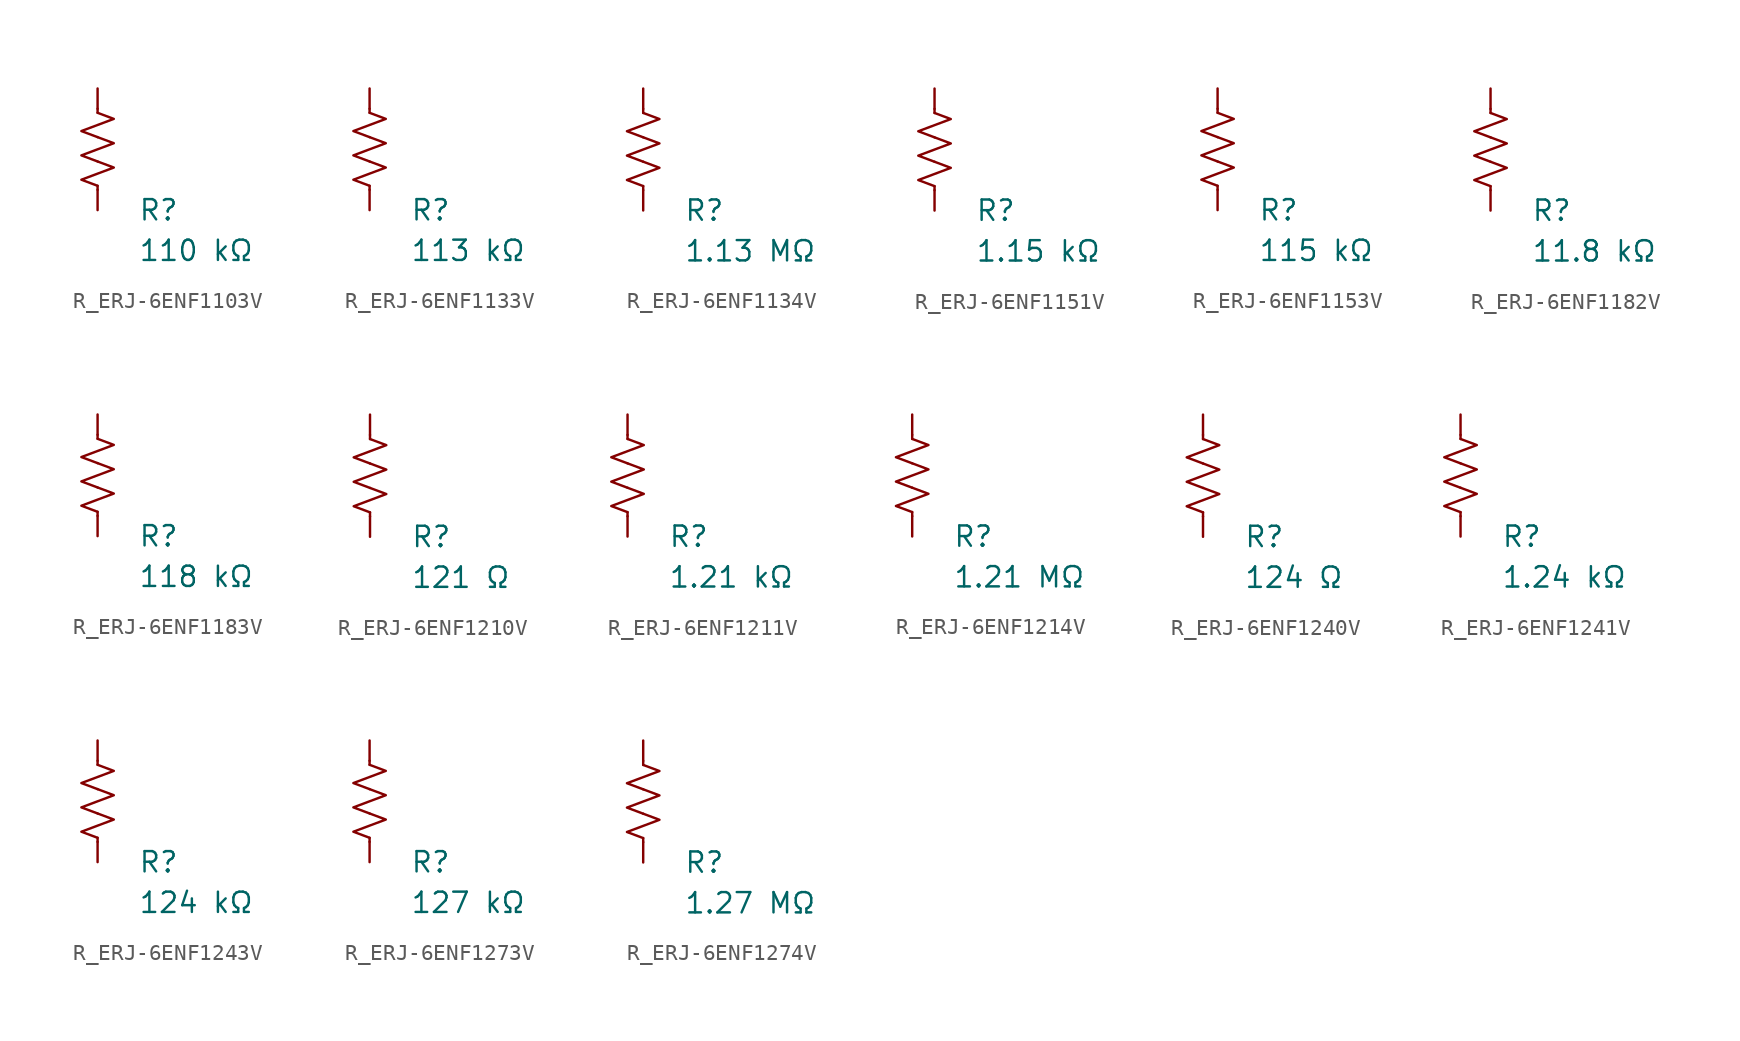
<source format=kicad_sym>
(kicad_symbol_lib
  (version 20231120)
  (generator "kicad_symbol_editor")
  (generator_version "8.0")
  (symbol "R_ERJ-6ENF1103V"
    (pin_numbers hide)
    (pin_names
      (offset 0))
    (property "Reference" "R"
      (at 2.54 -3.81 0)
      (effects (font (size 1.27 1.27)) (justify left))
      (show_name no))
    (property "Value" "110 kΩ"
      (at 2.54 -6.35 0)
      (effects (font (size 1.27 1.27)) (justify left))
      (show_name no))
    (symbol "R_ERJ-6ENF1103V_0_1"
      (polyline (pts (xy 0 -2.286) (xy 0 -2.54)) (stroke (width 0) (type default)) (fill (type none)))
      (polyline (pts (xy 0 2.286) (xy 0 2.54)) (stroke (width 0) (type default)) (fill (type none)))
      (polyline (pts (xy 0 -0.762) (xy 1.016 -1.143) (xy 0 -1.524) (xy -1.016 -1.905) (xy 0 -2.286)) (stroke (width 0) (type default)) (fill (type none)))
      (polyline (pts (xy 0 0.762) (xy 1.016 0.381) (xy 0 0) (xy -1.016 -0.381) (xy 0 -0.762)) (stroke (width 0) (type default)) (fill (type none)))
      (polyline (pts (xy 0 2.286) (xy 1.016 1.905) (xy 0 1.524) (xy -1.016 1.143) (xy 0 0.762)) (stroke (width 0) (type default)) (fill (type none))))
    (symbol "R_ERJ-6ENF1103V_1_1"
      (pin passive line (at 0 3.81 270) (length 1.27) (name "~" (effects (font (size 1.27 1.27)))) (number "1" (effects (font (size 1.27 1.27)))))
      (pin passive line (at 0 -3.81 90) (length 1.27) (name "~" (effects (font (size 1.27 1.27)))) (number "2" (effects (font (size 1.27 1.27)))))))
  (symbol "R_ERJ-6ENF1133V"
    (pin_numbers hide)
    (pin_names
      (offset 0))
    (property "Reference" "R"
      (at 2.54 -3.81 0)
      (effects (font (size 1.27 1.27)) (justify left))
      (show_name no))
    (property "Value" "113 kΩ"
      (at 2.54 -6.35 0)
      (effects (font (size 1.27 1.27)) (justify left))
      (show_name no))
    (symbol "R_ERJ-6ENF1133V_0_1"
      (polyline (pts (xy 0 -2.286) (xy 0 -2.54)) (stroke (width 0) (type default)) (fill (type none)))
      (polyline (pts (xy 0 2.286) (xy 0 2.54)) (stroke (width 0) (type default)) (fill (type none)))
      (polyline (pts (xy 0 -0.762) (xy 1.016 -1.143) (xy 0 -1.524) (xy -1.016 -1.905) (xy 0 -2.286)) (stroke (width 0) (type default)) (fill (type none)))
      (polyline (pts (xy 0 0.762) (xy 1.016 0.381) (xy 0 0) (xy -1.016 -0.381) (xy 0 -0.762)) (stroke (width 0) (type default)) (fill (type none)))
      (polyline (pts (xy 0 2.286) (xy 1.016 1.905) (xy 0 1.524) (xy -1.016 1.143) (xy 0 0.762)) (stroke (width 0) (type default)) (fill (type none))))
    (symbol "R_ERJ-6ENF1133V_1_1"
      (pin passive line (at 0 3.81 270) (length 1.27) (name "~" (effects (font (size 1.27 1.27)))) (number "1" (effects (font (size 1.27 1.27)))))
      (pin passive line (at 0 -3.81 90) (length 1.27) (name "~" (effects (font (size 1.27 1.27)))) (number "2" (effects (font (size 1.27 1.27)))))))
  (symbol "R_ERJ-6ENF1134V"
    (pin_numbers hide)
    (pin_names
      (offset 0))
    (property "Reference" "R"
      (at 2.54 -3.81 0)
      (effects (font (size 1.27 1.27)) (justify left))
      (show_name no))
    (property "Value" "1.13 MΩ"
      (at 2.54 -6.35 0)
      (effects (font (size 1.27 1.27)) (justify left))
      (show_name no))
    (symbol "R_ERJ-6ENF1134V_0_1"
      (polyline (pts (xy 0 -2.286) (xy 0 -2.54)) (stroke (width 0) (type default)) (fill (type none)))
      (polyline (pts (xy 0 2.286) (xy 0 2.54)) (stroke (width 0) (type default)) (fill (type none)))
      (polyline (pts (xy 0 -0.762) (xy 1.016 -1.143) (xy 0 -1.524) (xy -1.016 -1.905) (xy 0 -2.286)) (stroke (width 0) (type default)) (fill (type none)))
      (polyline (pts (xy 0 0.762) (xy 1.016 0.381) (xy 0 0) (xy -1.016 -0.381) (xy 0 -0.762)) (stroke (width 0) (type default)) (fill (type none)))
      (polyline (pts (xy 0 2.286) (xy 1.016 1.905) (xy 0 1.524) (xy -1.016 1.143) (xy 0 0.762)) (stroke (width 0) (type default)) (fill (type none))))
    (symbol "R_ERJ-6ENF1134V_1_1"
      (pin passive line (at 0 3.81 270) (length 1.27) (name "~" (effects (font (size 1.27 1.27)))) (number "1" (effects (font (size 1.27 1.27)))))
      (pin passive line (at 0 -3.81 90) (length 1.27) (name "~" (effects (font (size 1.27 1.27)))) (number "2" (effects (font (size 1.27 1.27)))))))
  (symbol "R_ERJ-6ENF1151V"
    (pin_numbers hide)
    (pin_names
      (offset 0))
    (property "Reference" "R"
      (at 2.54 -3.81 0)
      (effects (font (size 1.27 1.27)) (justify left))
      (show_name no))
    (property "Value" "1.15 kΩ"
      (at 2.54 -6.35 0)
      (effects (font (size 1.27 1.27)) (justify left))
      (show_name no))
    (symbol "R_ERJ-6ENF1151V_0_1"
      (polyline (pts (xy 0 -2.286) (xy 0 -2.54)) (stroke (width 0) (type default)) (fill (type none)))
      (polyline (pts (xy 0 2.286) (xy 0 2.54)) (stroke (width 0) (type default)) (fill (type none)))
      (polyline (pts (xy 0 -0.762) (xy 1.016 -1.143) (xy 0 -1.524) (xy -1.016 -1.905) (xy 0 -2.286)) (stroke (width 0) (type default)) (fill (type none)))
      (polyline (pts (xy 0 0.762) (xy 1.016 0.381) (xy 0 0) (xy -1.016 -0.381) (xy 0 -0.762)) (stroke (width 0) (type default)) (fill (type none)))
      (polyline (pts (xy 0 2.286) (xy 1.016 1.905) (xy 0 1.524) (xy -1.016 1.143) (xy 0 0.762)) (stroke (width 0) (type default)) (fill (type none))))
    (symbol "R_ERJ-6ENF1151V_1_1"
      (pin passive line (at 0 3.81 270) (length 1.27) (name "~" (effects (font (size 1.27 1.27)))) (number "1" (effects (font (size 1.27 1.27)))))
      (pin passive line (at 0 -3.81 90) (length 1.27) (name "~" (effects (font (size 1.27 1.27)))) (number "2" (effects (font (size 1.27 1.27)))))))
  (symbol "R_ERJ-6ENF1153V"
    (pin_numbers hide)
    (pin_names
      (offset 0))
    (property "Reference" "R"
      (at 2.54 -3.81 0)
      (effects (font (size 1.27 1.27)) (justify left))
      (show_name no))
    (property "Value" "115 kΩ"
      (at 2.54 -6.35 0)
      (effects (font (size 1.27 1.27)) (justify left))
      (show_name no))
    (symbol "R_ERJ-6ENF1153V_0_1"
      (polyline (pts (xy 0 -2.286) (xy 0 -2.54)) (stroke (width 0) (type default)) (fill (type none)))
      (polyline (pts (xy 0 2.286) (xy 0 2.54)) (stroke (width 0) (type default)) (fill (type none)))
      (polyline (pts (xy 0 -0.762) (xy 1.016 -1.143) (xy 0 -1.524) (xy -1.016 -1.905) (xy 0 -2.286)) (stroke (width 0) (type default)) (fill (type none)))
      (polyline (pts (xy 0 0.762) (xy 1.016 0.381) (xy 0 0) (xy -1.016 -0.381) (xy 0 -0.762)) (stroke (width 0) (type default)) (fill (type none)))
      (polyline (pts (xy 0 2.286) (xy 1.016 1.905) (xy 0 1.524) (xy -1.016 1.143) (xy 0 0.762)) (stroke (width 0) (type default)) (fill (type none))))
    (symbol "R_ERJ-6ENF1153V_1_1"
      (pin passive line (at 0 3.81 270) (length 1.27) (name "~" (effects (font (size 1.27 1.27)))) (number "1" (effects (font (size 1.27 1.27)))))
      (pin passive line (at 0 -3.81 90) (length 1.27) (name "~" (effects (font (size 1.27 1.27)))) (number "2" (effects (font (size 1.27 1.27)))))))
  (symbol "R_ERJ-6ENF1182V"
    (pin_numbers hide)
    (pin_names
      (offset 0))
    (property "Reference" "R"
      (at 2.54 -3.81 0)
      (effects (font (size 1.27 1.27)) (justify left))
      (show_name no))
    (property "Value" "11.8 kΩ"
      (at 2.54 -6.35 0)
      (effects (font (size 1.27 1.27)) (justify left))
      (show_name no))
    (symbol "R_ERJ-6ENF1182V_0_1"
      (polyline (pts (xy 0 -2.286) (xy 0 -2.54)) (stroke (width 0) (type default)) (fill (type none)))
      (polyline (pts (xy 0 2.286) (xy 0 2.54)) (stroke (width 0) (type default)) (fill (type none)))
      (polyline (pts (xy 0 -0.762) (xy 1.016 -1.143) (xy 0 -1.524) (xy -1.016 -1.905) (xy 0 -2.286)) (stroke (width 0) (type default)) (fill (type none)))
      (polyline (pts (xy 0 0.762) (xy 1.016 0.381) (xy 0 0) (xy -1.016 -0.381) (xy 0 -0.762)) (stroke (width 0) (type default)) (fill (type none)))
      (polyline (pts (xy 0 2.286) (xy 1.016 1.905) (xy 0 1.524) (xy -1.016 1.143) (xy 0 0.762)) (stroke (width 0) (type default)) (fill (type none))))
    (symbol "R_ERJ-6ENF1182V_1_1"
      (pin passive line (at 0 3.81 270) (length 1.27) (name "~" (effects (font (size 1.27 1.27)))) (number "1" (effects (font (size 1.27 1.27)))))
      (pin passive line (at 0 -3.81 90) (length 1.27) (name "~" (effects (font (size 1.27 1.27)))) (number "2" (effects (font (size 1.27 1.27)))))))
  (symbol "R_ERJ-6ENF1183V"
    (pin_numbers hide)
    (pin_names
      (offset 0))
    (property "Reference" "R"
      (at 2.54 -3.81 0)
      (effects (font (size 1.27 1.27)) (justify left))
      (show_name no))
    (property "Value" "118 kΩ"
      (at 2.54 -6.35 0)
      (effects (font (size 1.27 1.27)) (justify left))
      (show_name no))
    (symbol "R_ERJ-6ENF1183V_0_1"
      (polyline (pts (xy 0 -2.286) (xy 0 -2.54)) (stroke (width 0) (type default)) (fill (type none)))
      (polyline (pts (xy 0 2.286) (xy 0 2.54)) (stroke (width 0) (type default)) (fill (type none)))
      (polyline (pts (xy 0 -0.762) (xy 1.016 -1.143) (xy 0 -1.524) (xy -1.016 -1.905) (xy 0 -2.286)) (stroke (width 0) (type default)) (fill (type none)))
      (polyline (pts (xy 0 0.762) (xy 1.016 0.381) (xy 0 0) (xy -1.016 -0.381) (xy 0 -0.762)) (stroke (width 0) (type default)) (fill (type none)))
      (polyline (pts (xy 0 2.286) (xy 1.016 1.905) (xy 0 1.524) (xy -1.016 1.143) (xy 0 0.762)) (stroke (width 0) (type default)) (fill (type none))))
    (symbol "R_ERJ-6ENF1183V_1_1"
      (pin passive line (at 0 3.81 270) (length 1.27) (name "~" (effects (font (size 1.27 1.27)))) (number "1" (effects (font (size 1.27 1.27)))))
      (pin passive line (at 0 -3.81 90) (length 1.27) (name "~" (effects (font (size 1.27 1.27)))) (number "2" (effects (font (size 1.27 1.27)))))))
  (symbol "R_ERJ-6ENF1210V"
    (pin_numbers hide)
    (pin_names
      (offset 0))
    (property "Reference" "R"
      (at 2.54 -3.81 0)
      (effects (font (size 1.27 1.27)) (justify left))
      (show_name no))
    (property "Value" "121 Ω"
      (at 2.54 -6.35 0)
      (effects (font (size 1.27 1.27)) (justify left))
      (show_name no))
    (symbol "R_ERJ-6ENF1210V_0_1"
      (polyline (pts (xy 0 -2.286) (xy 0 -2.54)) (stroke (width 0) (type default)) (fill (type none)))
      (polyline (pts (xy 0 2.286) (xy 0 2.54)) (stroke (width 0) (type default)) (fill (type none)))
      (polyline (pts (xy 0 -0.762) (xy 1.016 -1.143) (xy 0 -1.524) (xy -1.016 -1.905) (xy 0 -2.286)) (stroke (width 0) (type default)) (fill (type none)))
      (polyline (pts (xy 0 0.762) (xy 1.016 0.381) (xy 0 0) (xy -1.016 -0.381) (xy 0 -0.762)) (stroke (width 0) (type default)) (fill (type none)))
      (polyline (pts (xy 0 2.286) (xy 1.016 1.905) (xy 0 1.524) (xy -1.016 1.143) (xy 0 0.762)) (stroke (width 0) (type default)) (fill (type none))))
    (symbol "R_ERJ-6ENF1210V_1_1"
      (pin passive line (at 0 3.81 270) (length 1.27) (name "~" (effects (font (size 1.27 1.27)))) (number "1" (effects (font (size 1.27 1.27)))))
      (pin passive line (at 0 -3.81 90) (length 1.27) (name "~" (effects (font (size 1.27 1.27)))) (number "2" (effects (font (size 1.27 1.27)))))))
  (symbol "R_ERJ-6ENF1211V"
    (pin_numbers hide)
    (pin_names
      (offset 0))
    (property "Reference" "R"
      (at 2.54 -3.81 0)
      (effects (font (size 1.27 1.27)) (justify left))
      (show_name no))
    (property "Value" "1.21 kΩ"
      (at 2.54 -6.35 0)
      (effects (font (size 1.27 1.27)) (justify left))
      (show_name no))
    (symbol "R_ERJ-6ENF1211V_0_1"
      (polyline (pts (xy 0 -2.286) (xy 0 -2.54)) (stroke (width 0) (type default)) (fill (type none)))
      (polyline (pts (xy 0 2.286) (xy 0 2.54)) (stroke (width 0) (type default)) (fill (type none)))
      (polyline (pts (xy 0 -0.762) (xy 1.016 -1.143) (xy 0 -1.524) (xy -1.016 -1.905) (xy 0 -2.286)) (stroke (width 0) (type default)) (fill (type none)))
      (polyline (pts (xy 0 0.762) (xy 1.016 0.381) (xy 0 0) (xy -1.016 -0.381) (xy 0 -0.762)) (stroke (width 0) (type default)) (fill (type none)))
      (polyline (pts (xy 0 2.286) (xy 1.016 1.905) (xy 0 1.524) (xy -1.016 1.143) (xy 0 0.762)) (stroke (width 0) (type default)) (fill (type none))))
    (symbol "R_ERJ-6ENF1211V_1_1"
      (pin passive line (at 0 3.81 270) (length 1.27) (name "~" (effects (font (size 1.27 1.27)))) (number "1" (effects (font (size 1.27 1.27)))))
      (pin passive line (at 0 -3.81 90) (length 1.27) (name "~" (effects (font (size 1.27 1.27)))) (number "2" (effects (font (size 1.27 1.27)))))))
  (symbol "R_ERJ-6ENF1214V"
    (pin_numbers hide)
    (pin_names
      (offset 0))
    (property "Reference" "R"
      (at 2.54 -3.81 0)
      (effects (font (size 1.27 1.27)) (justify left))
      (show_name no))
    (property "Value" "1.21 MΩ"
      (at 2.54 -6.35 0)
      (effects (font (size 1.27 1.27)) (justify left))
      (show_name no))
    (symbol "R_ERJ-6ENF1214V_0_1"
      (polyline (pts (xy 0 -2.286) (xy 0 -2.54)) (stroke (width 0) (type default)) (fill (type none)))
      (polyline (pts (xy 0 2.286) (xy 0 2.54)) (stroke (width 0) (type default)) (fill (type none)))
      (polyline (pts (xy 0 -0.762) (xy 1.016 -1.143) (xy 0 -1.524) (xy -1.016 -1.905) (xy 0 -2.286)) (stroke (width 0) (type default)) (fill (type none)))
      (polyline (pts (xy 0 0.762) (xy 1.016 0.381) (xy 0 0) (xy -1.016 -0.381) (xy 0 -0.762)) (stroke (width 0) (type default)) (fill (type none)))
      (polyline (pts (xy 0 2.286) (xy 1.016 1.905) (xy 0 1.524) (xy -1.016 1.143) (xy 0 0.762)) (stroke (width 0) (type default)) (fill (type none))))
    (symbol "R_ERJ-6ENF1214V_1_1"
      (pin passive line (at 0 3.81 270) (length 1.27) (name "~" (effects (font (size 1.27 1.27)))) (number "1" (effects (font (size 1.27 1.27)))))
      (pin passive line (at 0 -3.81 90) (length 1.27) (name "~" (effects (font (size 1.27 1.27)))) (number "2" (effects (font (size 1.27 1.27)))))))
  (symbol "R_ERJ-6ENF1240V"
    (pin_numbers hide)
    (pin_names
      (offset 0))
    (property "Reference" "R"
      (at 2.54 -3.81 0)
      (effects (font (size 1.27 1.27)) (justify left))
      (show_name no))
    (property "Value" "124 Ω"
      (at 2.54 -6.35 0)
      (effects (font (size 1.27 1.27)) (justify left))
      (show_name no))
    (symbol "R_ERJ-6ENF1240V_0_1"
      (polyline (pts (xy 0 -2.286) (xy 0 -2.54)) (stroke (width 0) (type default)) (fill (type none)))
      (polyline (pts (xy 0 2.286) (xy 0 2.54)) (stroke (width 0) (type default)) (fill (type none)))
      (polyline (pts (xy 0 -0.762) (xy 1.016 -1.143) (xy 0 -1.524) (xy -1.016 -1.905) (xy 0 -2.286)) (stroke (width 0) (type default)) (fill (type none)))
      (polyline (pts (xy 0 0.762) (xy 1.016 0.381) (xy 0 0) (xy -1.016 -0.381) (xy 0 -0.762)) (stroke (width 0) (type default)) (fill (type none)))
      (polyline (pts (xy 0 2.286) (xy 1.016 1.905) (xy 0 1.524) (xy -1.016 1.143) (xy 0 0.762)) (stroke (width 0) (type default)) (fill (type none))))
    (symbol "R_ERJ-6ENF1240V_1_1"
      (pin passive line (at 0 3.81 270) (length 1.27) (name "~" (effects (font (size 1.27 1.27)))) (number "1" (effects (font (size 1.27 1.27)))))
      (pin passive line (at 0 -3.81 90) (length 1.27) (name "~" (effects (font (size 1.27 1.27)))) (number "2" (effects (font (size 1.27 1.27)))))))
  (symbol "R_ERJ-6ENF1241V"
    (pin_numbers hide)
    (pin_names
      (offset 0))
    (property "Reference" "R"
      (at 2.54 -3.81 0)
      (effects (font (size 1.27 1.27)) (justify left))
      (show_name no))
    (property "Value" "1.24 kΩ"
      (at 2.54 -6.35 0)
      (effects (font (size 1.27 1.27)) (justify left))
      (show_name no))
    (symbol "R_ERJ-6ENF1241V_0_1"
      (polyline (pts (xy 0 -2.286) (xy 0 -2.54)) (stroke (width 0) (type default)) (fill (type none)))
      (polyline (pts (xy 0 2.286) (xy 0 2.54)) (stroke (width 0) (type default)) (fill (type none)))
      (polyline (pts (xy 0 -0.762) (xy 1.016 -1.143) (xy 0 -1.524) (xy -1.016 -1.905) (xy 0 -2.286)) (stroke (width 0) (type default)) (fill (type none)))
      (polyline (pts (xy 0 0.762) (xy 1.016 0.381) (xy 0 0) (xy -1.016 -0.381) (xy 0 -0.762)) (stroke (width 0) (type default)) (fill (type none)))
      (polyline (pts (xy 0 2.286) (xy 1.016 1.905) (xy 0 1.524) (xy -1.016 1.143) (xy 0 0.762)) (stroke (width 0) (type default)) (fill (type none))))
    (symbol "R_ERJ-6ENF1241V_1_1"
      (pin passive line (at 0 3.81 270) (length 1.27) (name "~" (effects (font (size 1.27 1.27)))) (number "1" (effects (font (size 1.27 1.27)))))
      (pin passive line (at 0 -3.81 90) (length 1.27) (name "~" (effects (font (size 1.27 1.27)))) (number "2" (effects (font (size 1.27 1.27)))))))
  (symbol "R_ERJ-6ENF1243V"
    (pin_numbers hide)
    (pin_names
      (offset 0))
    (property "Reference" "R"
      (at 2.54 -3.81 0)
      (effects (font (size 1.27 1.27)) (justify left))
      (show_name no))
    (property "Value" "124 kΩ"
      (at 2.54 -6.35 0)
      (effects (font (size 1.27 1.27)) (justify left))
      (show_name no))
    (symbol "R_ERJ-6ENF1243V_0_1"
      (polyline (pts (xy 0 -2.286) (xy 0 -2.54)) (stroke (width 0) (type default)) (fill (type none)))
      (polyline (pts (xy 0 2.286) (xy 0 2.54)) (stroke (width 0) (type default)) (fill (type none)))
      (polyline (pts (xy 0 -0.762) (xy 1.016 -1.143) (xy 0 -1.524) (xy -1.016 -1.905) (xy 0 -2.286)) (stroke (width 0) (type default)) (fill (type none)))
      (polyline (pts (xy 0 0.762) (xy 1.016 0.381) (xy 0 0) (xy -1.016 -0.381) (xy 0 -0.762)) (stroke (width 0) (type default)) (fill (type none)))
      (polyline (pts (xy 0 2.286) (xy 1.016 1.905) (xy 0 1.524) (xy -1.016 1.143) (xy 0 0.762)) (stroke (width 0) (type default)) (fill (type none))))
    (symbol "R_ERJ-6ENF1243V_1_1"
      (pin passive line (at 0 3.81 270) (length 1.27) (name "~" (effects (font (size 1.27 1.27)))) (number "1" (effects (font (size 1.27 1.27)))))
      (pin passive line (at 0 -3.81 90) (length 1.27) (name "~" (effects (font (size 1.27 1.27)))) (number "2" (effects (font (size 1.27 1.27)))))))
  (symbol "R_ERJ-6ENF1273V"
    (pin_numbers hide)
    (pin_names
      (offset 0))
    (property "Reference" "R"
      (at 2.54 -3.81 0)
      (effects (font (size 1.27 1.27)) (justify left))
      (show_name no))
    (property "Value" "127 kΩ"
      (at 2.54 -6.35 0)
      (effects (font (size 1.27 1.27)) (justify left))
      (show_name no))
    (symbol "R_ERJ-6ENF1273V_0_1"
      (polyline (pts (xy 0 -2.286) (xy 0 -2.54)) (stroke (width 0) (type default)) (fill (type none)))
      (polyline (pts (xy 0 2.286) (xy 0 2.54)) (stroke (width 0) (type default)) (fill (type none)))
      (polyline (pts (xy 0 -0.762) (xy 1.016 -1.143) (xy 0 -1.524) (xy -1.016 -1.905) (xy 0 -2.286)) (stroke (width 0) (type default)) (fill (type none)))
      (polyline (pts (xy 0 0.762) (xy 1.016 0.381) (xy 0 0) (xy -1.016 -0.381) (xy 0 -0.762)) (stroke (width 0) (type default)) (fill (type none)))
      (polyline (pts (xy 0 2.286) (xy 1.016 1.905) (xy 0 1.524) (xy -1.016 1.143) (xy 0 0.762)) (stroke (width 0) (type default)) (fill (type none))))
    (symbol "R_ERJ-6ENF1273V_1_1"
      (pin passive line (at 0 3.81 270) (length 1.27) (name "~" (effects (font (size 1.27 1.27)))) (number "1" (effects (font (size 1.27 1.27)))))
      (pin passive line (at 0 -3.81 90) (length 1.27) (name "~" (effects (font (size 1.27 1.27)))) (number "2" (effects (font (size 1.27 1.27)))))))
  (symbol "R_ERJ-6ENF1274V"
    (pin_numbers hide)
    (pin_names
      (offset 0))
    (property "Reference" "R"
      (at 2.54 -3.81 0)
      (effects (font (size 1.27 1.27)) (justify left))
      (show_name no))
    (property "Value" "1.27 MΩ"
      (at 2.54 -6.35 0)
      (effects (font (size 1.27 1.27)) (justify left))
      (show_name no))
    (symbol "R_ERJ-6ENF1274V_0_1"
      (polyline (pts (xy 0 -2.286) (xy 0 -2.54)) (stroke (width 0) (type default)) (fill (type none)))
      (polyline (pts (xy 0 2.286) (xy 0 2.54)) (stroke (width 0) (type default)) (fill (type none)))
      (polyline (pts (xy 0 -0.762) (xy 1.016 -1.143) (xy 0 -1.524) (xy -1.016 -1.905) (xy 0 -2.286)) (stroke (width 0) (type default)) (fill (type none)))
      (polyline (pts (xy 0 0.762) (xy 1.016 0.381) (xy 0 0) (xy -1.016 -0.381) (xy 0 -0.762)) (stroke (width 0) (type default)) (fill (type none)))
      (polyline (pts (xy 0 2.286) (xy 1.016 1.905) (xy 0 1.524) (xy -1.016 1.143) (xy 0 0.762)) (stroke (width 0) (type default)) (fill (type none))))
    (symbol "R_ERJ-6ENF1274V_1_1"
      (pin passive line (at 0 3.81 270) (length 1.27) (name "~" (effects (font (size 1.27 1.27)))) (number "1" (effects (font (size 1.27 1.27)))))
      (pin passive line (at 0 -3.81 90) (length 1.27) (name "~" (effects (font (size 1.27 1.27)))) (number "2" (effects (font (size 1.27 1.27))))))))
</source>
